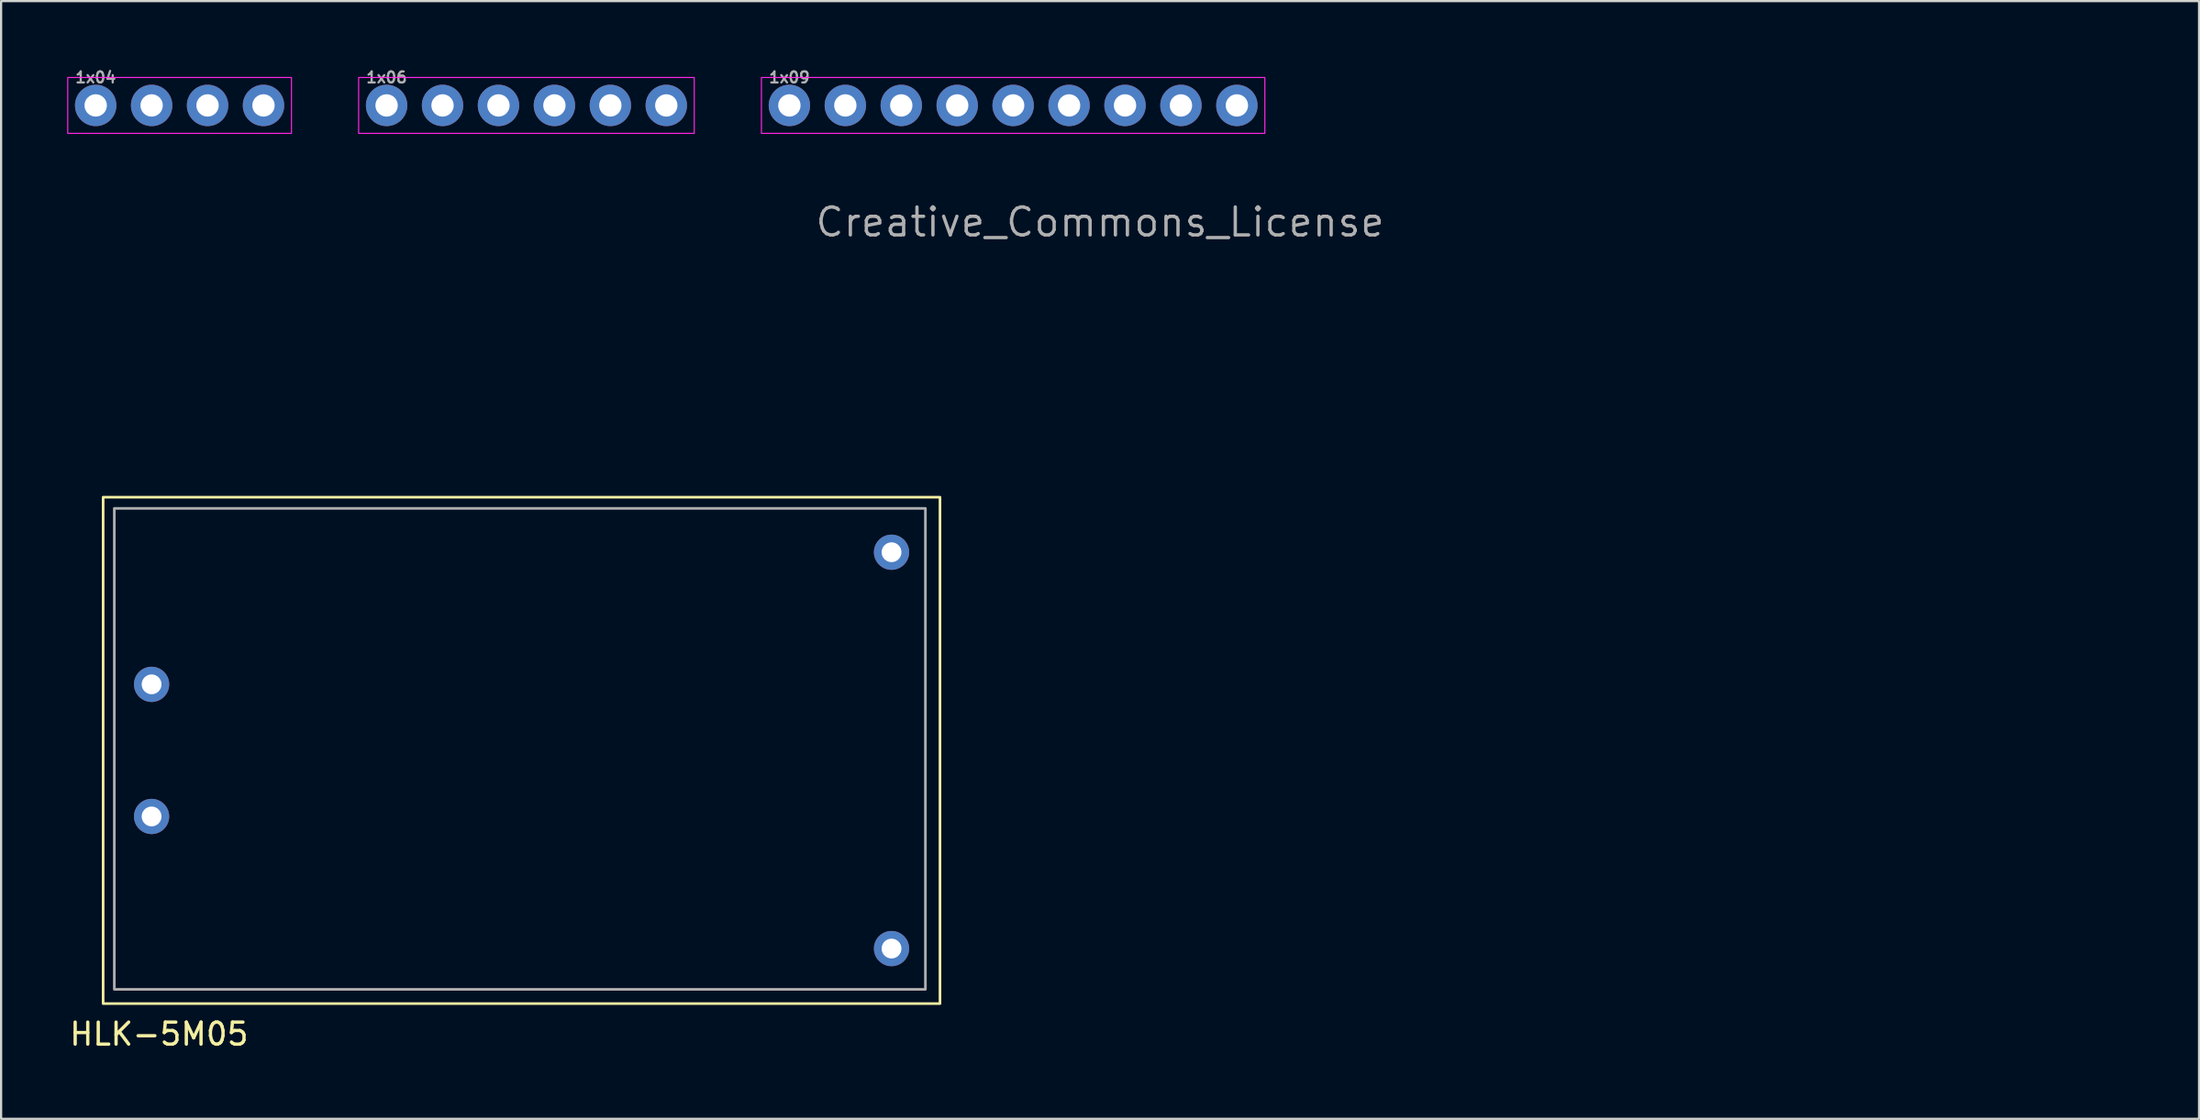
<source format=kicad_pcb>
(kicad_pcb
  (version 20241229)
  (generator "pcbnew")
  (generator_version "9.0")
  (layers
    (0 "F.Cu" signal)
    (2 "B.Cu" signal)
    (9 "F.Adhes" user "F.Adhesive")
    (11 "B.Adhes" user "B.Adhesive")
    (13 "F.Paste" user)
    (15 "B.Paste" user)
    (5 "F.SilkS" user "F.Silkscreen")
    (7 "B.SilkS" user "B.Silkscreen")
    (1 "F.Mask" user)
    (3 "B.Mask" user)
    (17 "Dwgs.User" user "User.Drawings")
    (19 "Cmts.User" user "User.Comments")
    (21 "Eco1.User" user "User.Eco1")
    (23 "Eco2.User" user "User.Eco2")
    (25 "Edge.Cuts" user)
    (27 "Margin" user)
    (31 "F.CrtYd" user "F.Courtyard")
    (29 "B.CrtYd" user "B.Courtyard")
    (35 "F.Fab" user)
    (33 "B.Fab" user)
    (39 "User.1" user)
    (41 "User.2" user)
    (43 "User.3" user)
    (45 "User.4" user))
  (footprint "1x04"
    (layer "F.Cu")
    (at 1.295 1.738)
    (property "Reference" "1x04" (at 0 -1.27 0) (layer "F.Fab") (effects (font (size 0.5 0.5) (thickness 0.1))))
    (fp_rect (start -1.27 -1.27) (end 8.89 1.27) (stroke (width 0.05) (type default)) (fill no) (layer "F.CrtYd"))
    (fp_poly (pts (xy -0.254 0.254) (xy 0.254 0.254) (xy 0.254 -0.254) (xy -0.254 -0.254)) (stroke (width 0.1) (type default)) (fill no) (layer "F.Fab"))
    (fp_poly (pts (xy 2.286 0.254) (xy 2.794 0.254) (xy 2.794 -0.254) (xy 2.286 -0.254)) (stroke (width 0.1) (type default)) (fill no) (layer "F.Fab"))
    (fp_poly (pts (xy 4.826 0.254) (xy 5.334 0.254) (xy 5.334 -0.254) (xy 4.826 -0.254)) (stroke (width 0.1) (type default)) (fill no) (layer "F.Fab"))
    (fp_poly (pts (xy 7.366 0.254) (xy 7.874 0.254) (xy 7.874 -0.254) (xy 7.366 -0.254)) (stroke (width 0.1) (type default)) (fill no) (layer "F.Fab"))
    (pad "1" thru_hole circle (at 0 0 90) (size 1.88 1.88) (drill 1.016) (layers "*.Cu" "*.Mask"))
    (pad "2" thru_hole circle (at 2.54 0 90) (size 1.88 1.88) (drill 1.016) (layers "*.Cu" "*.Mask"))
    (pad "3" thru_hole circle (at 5.08 0 90) (size 1.88 1.88) (drill 1.016) (layers "*.Cu" "*.Mask"))
    (pad "4" thru_hole circle (at 7.62 0 90) (size 1.88 1.88) (drill 1.016) (layers "*.Cu" "*.Mask")))
  (footprint "HLK-5M05"
    (layer "F.Cu")
    (at 1.633 19.53)
    (property "Reference" "HLK-5M05" (at 2.54 24.384 0) (unlocked yes) (layer "F.SilkS") (effects (font (size 1 1) (thickness 0.15))))
    (attr through_hole)
    (fp_rect (start 38 23) (end 0 0) (stroke (width 0.12) (type default)) (fill no) (layer "F.SilkS"))
    (fp_rect (start 0.508 0.508) (end 37.338 22.352) (stroke (width 0.12) (type default)) (fill no) (layer "F.Fab"))
    (pad "1" thru_hole circle (at 2.2 8.5 180) (size 1.6 1.6) (drill 0.9) (layers "*.Cu" "*.Mask"))
    (pad "2" thru_hole circle (at 2.2 14.5 180) (size 1.6 1.6) (drill 0.9) (layers "*.Cu" "*.Mask"))
    (pad "3" thru_hole circle (at 35.8 2.5 180) (size 1.6 1.6) (drill 0.9) (layers "*.Cu" "*.Mask"))
    (pad "4" thru_hole circle (at 35.8 20.5 180) (size 1.6 1.6) (drill 0.9) (layers "*.Cu" "*.Mask")))
  (footprint "1x09"
    (layer "F.Cu")
    (at 32.795 1.738)
    (property "Reference" "1x09" (at 0 -1.27 0) (layer "F.Fab") (effects (font (size 0.5 0.5) (thickness 0.1))))
    (fp_rect (start -1.27 -1.27) (end 21.59 1.27) (stroke (width 0.05) (type default)) (fill no) (layer "F.CrtYd"))
    (fp_poly (pts (xy -0.254 0.254) (xy 0.254 0.254) (xy 0.254 -0.254) (xy -0.254 -0.254)) (stroke (width 0.1) (type default)) (fill no) (layer "F.Fab"))
    (fp_poly (pts (xy 2.286 0.254) (xy 2.794 0.254) (xy 2.794 -0.254) (xy 2.286 -0.254)) (stroke (width 0.1) (type default)) (fill no) (layer "F.Fab"))
    (fp_poly (pts (xy 4.826 0.254) (xy 5.334 0.254) (xy 5.334 -0.254) (xy 4.826 -0.254)) (stroke (width 0.1) (type default)) (fill no) (layer "F.Fab"))
    (fp_poly (pts (xy 7.366 0.254) (xy 7.874 0.254) (xy 7.874 -0.254) (xy 7.366 -0.254)) (stroke (width 0.1) (type default)) (fill no) (layer "F.Fab"))
    (fp_poly (pts (xy 9.906 0.254) (xy 10.414 0.254) (xy 10.414 -0.254) (xy 9.906 -0.254)) (stroke (width 0.1) (type default)) (fill no) (layer "F.Fab"))
    (fp_poly (pts (xy 12.446 0.254) (xy 12.954 0.254) (xy 12.954 -0.254) (xy 12.446 -0.254)) (stroke (width 0.1) (type default)) (fill no) (layer "F.Fab"))
    (fp_poly (pts (xy 14.986 0.254) (xy 15.494 0.254) (xy 15.494 -0.254) (xy 14.986 -0.254)) (stroke (width 0.1) (type default)) (fill no) (layer "F.Fab"))
    (fp_poly (pts (xy 17.526 0.254) (xy 18.034 0.254) (xy 18.034 -0.254) (xy 17.526 -0.254)) (stroke (width 0.1) (type default)) (fill no) (layer "F.Fab"))
    (fp_poly (pts (xy 20.066 0.254) (xy 20.574 0.254) (xy 20.574 -0.254) (xy 20.066 -0.254)) (stroke (width 0.1) (type default)) (fill no) (layer "F.Fab"))
    (pad "1" thru_hole circle (at 0 0 90) (size 1.88 1.88) (drill 1.016) (layers "*.Cu" "*.Mask"))
    (pad "2" thru_hole circle (at 2.54 0 90) (size 1.88 1.88) (drill 1.016) (layers "*.Cu" "*.Mask"))
    (pad "3" thru_hole circle (at 5.08 0 90) (size 1.88 1.88) (drill 1.016) (layers "*.Cu" "*.Mask"))
    (pad "4" thru_hole circle (at 7.62 0 90) (size 1.88 1.88) (drill 1.016) (layers "*.Cu" "*.Mask"))
    (pad "5" thru_hole circle (at 10.16 0 90) (size 1.88 1.88) (drill 1.016) (layers "*.Cu" "*.Mask"))
    (pad "6" thru_hole circle (at 12.7 0 90) (size 1.88 1.88) (drill 1.016) (layers "*.Cu" "*.Mask"))
    (pad "7" thru_hole circle (at 15.24 0 90) (size 1.88 1.88) (drill 1.016) (layers "*.Cu" "*.Mask"))
    (pad "8" thru_hole circle (at 17.78 0 90) (size 1.88 1.88) (drill 1.016) (layers "*.Cu" "*.Mask"))
    (pad "9" thru_hole circle (at 20.32 0 90) (size 1.88 1.88) (drill 1.016) (layers "*.Cu" "*.Mask")))
  (footprint "1x06"
    (layer "F.Cu")
    (at 14.505 1.738)
    (property "Reference" "1x06" (at 0 -1.27 0) (layer "F.Fab") (effects (font (size 0.5 0.5) (thickness 0.1) (bold yes))))
    (fp_rect (start -1.27 -1.27) (end 13.97 1.27) (stroke (width 0.05) (type default)) (fill no) (layer "F.CrtYd"))
    (fp_poly (pts (xy -0.254 0.254) (xy 0.254 0.254) (xy 0.254 -0.254) (xy -0.254 -0.254)) (stroke (width 0.1) (type default)) (fill no) (layer "F.Fab"))
    (fp_poly (pts (xy 2.286 0.254) (xy 2.794 0.254) (xy 2.794 -0.254) (xy 2.286 -0.254)) (stroke (width 0.1) (type default)) (fill no) (layer "F.Fab"))
    (fp_poly (pts (xy 4.826 0.254) (xy 5.334 0.254) (xy 5.334 -0.254) (xy 4.826 -0.254)) (stroke (width 0.1) (type default)) (fill no) (layer "F.Fab"))
    (fp_poly (pts (xy 7.366 0.254) (xy 7.874 0.254) (xy 7.874 -0.254) (xy 7.366 -0.254)) (stroke (width 0.1) (type default)) (fill no) (layer "F.Fab"))
    (fp_poly (pts (xy 9.906 0.254) (xy 10.414 0.254) (xy 10.414 -0.254) (xy 9.906 -0.254)) (stroke (width 0.1) (type default)) (fill no) (layer "F.Fab"))
    (fp_poly (pts (xy 12.446 0.254) (xy 12.954 0.254) (xy 12.954 -0.254) (xy 12.446 -0.254)) (stroke (width 0.1) (type default)) (fill no) (layer "F.Fab"))
    (pad "1" thru_hole circle (at 0 0 90) (size 1.88 1.88) (drill 1.016) (layers "*.Cu" "*.Mask"))
    (pad "2" thru_hole circle (at 2.54 0 90) (size 1.88 1.88) (drill 1.016) (layers "*.Cu" "*.Mask"))
    (pad "3" thru_hole circle (at 5.08 0 90) (size 1.88 1.88) (drill 1.016) (layers "*.Cu" "*.Mask"))
    (pad "4" thru_hole circle (at 7.62 0 90) (size 1.88 1.88) (drill 1.016) (layers "*.Cu" "*.Mask"))
    (pad "5" thru_hole circle (at 10.16 0 90) (size 1.88 1.88) (drill 1.016) (layers "*.Cu" "*.Mask"))
    (pad "6" thru_hole circle (at 12.7 0 90) (size 1.88 1.88) (drill 1.016) (layers "*.Cu" "*.Mask")))
  (footprint "Creative_Commons_License"
    (layer "F.Cu")
    (at 46.903 12.119)
    (property "Reference" "Creative_Commons_License" (at 0 -5.08 0) (layer "F.Fab") (effects (font (size 1.27 1.27) (thickness 0.15))))
    (attr exclude_from_bom)
    (fp_text user "Designed by:" (at 0 3.81 0) (layer "User.1") (effects (font (size 1.636 1.636) (thickness 0.142)) (justify bottom)))
    (fp_text user "Released under the Creative Commons Attribution Share-Alike 4.0 License" (at 0 -1.27 0) (layer "User.1") (effects (font (size 1.636 1.636) (thickness 0.142)) (justify bottom)))
    (fp_text user " https://creativecommons.org/licenses/by-sa/4.0/" (at 0 1.27 0) (layer "User.1") (effects (font (size 1.636 1.636) (thickness 0.142)) (justify bottom))))
  (gr_rect
    (start -3 -3)
    (end 96.805 47.762)
    (stroke (width 0.1) (type default))
    (fill no)
    (layer "Edge.Cuts")))
</source>
